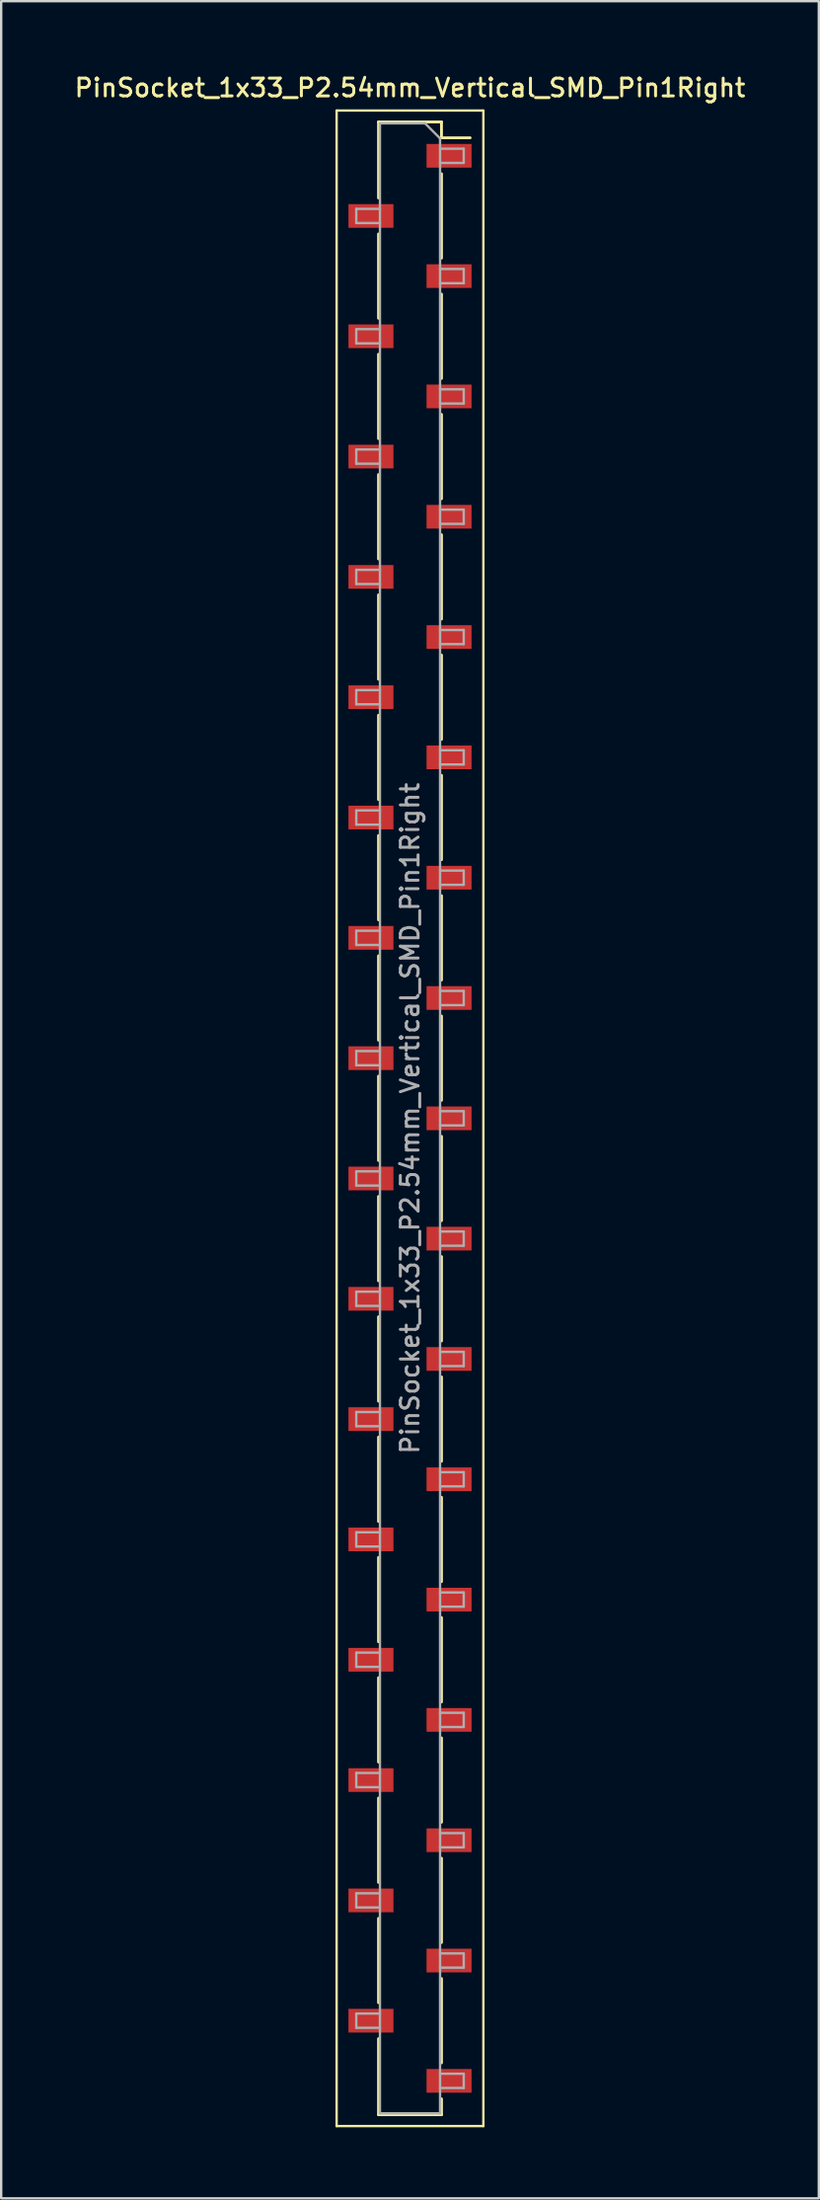
<source format=kicad_pcb>
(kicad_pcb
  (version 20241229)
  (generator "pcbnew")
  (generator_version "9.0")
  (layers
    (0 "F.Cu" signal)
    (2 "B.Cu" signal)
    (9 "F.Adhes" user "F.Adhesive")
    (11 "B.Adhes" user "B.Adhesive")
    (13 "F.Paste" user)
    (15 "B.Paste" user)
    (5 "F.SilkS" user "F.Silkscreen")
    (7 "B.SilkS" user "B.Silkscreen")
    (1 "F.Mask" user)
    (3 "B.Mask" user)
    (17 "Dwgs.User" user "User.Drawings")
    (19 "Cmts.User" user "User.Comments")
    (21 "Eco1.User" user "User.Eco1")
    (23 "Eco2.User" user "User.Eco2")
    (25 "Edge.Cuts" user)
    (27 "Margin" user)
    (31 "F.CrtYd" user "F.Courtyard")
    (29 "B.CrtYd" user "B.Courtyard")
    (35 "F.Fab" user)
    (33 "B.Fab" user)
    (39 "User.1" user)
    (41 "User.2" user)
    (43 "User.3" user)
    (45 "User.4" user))
  (footprint "PinSocket_1x33_P2.54mm_Vertical_SMD_Pin1Right"
    (layer "F.Cu")
    (at 14.273 44.168)
    (property "Reference" "PinSocket_1x33_P2.54mm_Vertical_SMD_Pin1Right" (at 0 -43.51 0) (layer "F.SilkS") (effects (font (size 0.75 0.75) (thickness 0.125))))
    (attr smd)
    (fp_line (start -3.1 -42.55) (end 3.1 -42.55) (stroke (width 0.1) (type solid)) (layer "F.SilkS"))
    (fp_line (start -3.1 42.55) (end -3.1 -42.55) (stroke (width 0.1) (type solid)) (layer "F.SilkS"))
    (fp_line (start -1.33 -42.07) (end -1.33 -38.86) (stroke (width 0.12) (type solid)) (layer "F.SilkS"))
    (fp_line (start -1.33 -42.07) (end 1.33 -42.07) (stroke (width 0.12) (type solid)) (layer "F.SilkS"))
    (fp_line (start -1.33 -37.34) (end -1.33 -33.78) (stroke (width 0.12) (type solid)) (layer "F.SilkS"))
    (fp_line (start -1.33 -32.26) (end -1.33 -28.7) (stroke (width 0.12) (type solid)) (layer "F.SilkS"))
    (fp_line (start -1.33 -27.18) (end -1.33 -23.62) (stroke (width 0.12) (type solid)) (layer "F.SilkS"))
    (fp_line (start -1.33 -22.1) (end -1.33 -18.54) (stroke (width 0.12) (type solid)) (layer "F.SilkS"))
    (fp_line (start -1.33 -17.02) (end -1.33 -13.46) (stroke (width 0.12) (type solid)) (layer "F.SilkS"))
    (fp_line (start -1.33 -11.94) (end -1.33 -8.38) (stroke (width 0.12) (type solid)) (layer "F.SilkS"))
    (fp_line (start -1.33 -6.86) (end -1.33 -3.3) (stroke (width 0.12) (type solid)) (layer "F.SilkS"))
    (fp_line (start -1.33 -1.78) (end -1.33 1.78) (stroke (width 0.12) (type solid)) (layer "F.SilkS"))
    (fp_line (start -1.33 3.3) (end -1.33 6.86) (stroke (width 0.12) (type solid)) (layer "F.SilkS"))
    (fp_line (start -1.33 8.38) (end -1.33 11.94) (stroke (width 0.12) (type solid)) (layer "F.SilkS"))
    (fp_line (start -1.33 13.46) (end -1.33 17.02) (stroke (width 0.12) (type solid)) (layer "F.SilkS"))
    (fp_line (start -1.33 18.54) (end -1.33 22.1) (stroke (width 0.12) (type solid)) (layer "F.SilkS"))
    (fp_line (start -1.33 23.62) (end -1.33 27.18) (stroke (width 0.12) (type solid)) (layer "F.SilkS"))
    (fp_line (start -1.33 28.7) (end -1.33 32.26) (stroke (width 0.12) (type solid)) (layer "F.SilkS"))
    (fp_line (start -1.33 33.78) (end -1.33 37.34) (stroke (width 0.12) (type solid)) (layer "F.SilkS"))
    (fp_line (start -1.33 38.86) (end -1.33 42.07) (stroke (width 0.12) (type solid)) (layer "F.SilkS"))
    (fp_line (start -1.33 42.07) (end 1.33 42.07) (stroke (width 0.12) (type solid)) (layer "F.SilkS"))
    (fp_line (start 1.33 -42.07) (end 1.33 -41.4) (stroke (width 0.12) (type solid)) (layer "F.SilkS"))
    (fp_line (start 1.33 -41.4) (end 2.54 -41.4) (stroke (width 0.12) (type solid)) (layer "F.SilkS"))
    (fp_line (start 1.33 -39.88) (end 1.33 -36.32) (stroke (width 0.12) (type solid)) (layer "F.SilkS"))
    (fp_line (start 1.33 -34.8) (end 1.33 -31.24) (stroke (width 0.12) (type solid)) (layer "F.SilkS"))
    (fp_line (start 1.33 -29.72) (end 1.33 -26.16) (stroke (width 0.12) (type solid)) (layer "F.SilkS"))
    (fp_line (start 1.33 -24.64) (end 1.33 -21.08) (stroke (width 0.12) (type solid)) (layer "F.SilkS"))
    (fp_line (start 1.33 -19.56) (end 1.33 -16) (stroke (width 0.12) (type solid)) (layer "F.SilkS"))
    (fp_line (start 1.33 -14.48) (end 1.33 -10.92) (stroke (width 0.12) (type solid)) (layer "F.SilkS"))
    (fp_line (start 1.33 -9.4) (end 1.33 -5.84) (stroke (width 0.12) (type solid)) (layer "F.SilkS"))
    (fp_line (start 1.33 -4.32) (end 1.33 -0.76) (stroke (width 0.12) (type solid)) (layer "F.SilkS"))
    (fp_line (start 1.33 0.76) (end 1.33 4.32) (stroke (width 0.12) (type solid)) (layer "F.SilkS"))
    (fp_line (start 1.33 5.84) (end 1.33 9.4) (stroke (width 0.12) (type solid)) (layer "F.SilkS"))
    (fp_line (start 1.33 10.92) (end 1.33 14.48) (stroke (width 0.12) (type solid)) (layer "F.SilkS"))
    (fp_line (start 1.33 16) (end 1.33 19.56) (stroke (width 0.12) (type solid)) (layer "F.SilkS"))
    (fp_line (start 1.33 21.08) (end 1.33 24.64) (stroke (width 0.12) (type solid)) (layer "F.SilkS"))
    (fp_line (start 1.33 26.16) (end 1.33 29.72) (stroke (width 0.12) (type solid)) (layer "F.SilkS"))
    (fp_line (start 1.33 31.24) (end 1.33 34.8) (stroke (width 0.12) (type solid)) (layer "F.SilkS"))
    (fp_line (start 1.33 36.32) (end 1.33 39.88) (stroke (width 0.12) (type solid)) (layer "F.SilkS"))
    (fp_line (start 1.33 41.4) (end 1.33 42.07) (stroke (width 0.12) (type solid)) (layer "F.SilkS"))
    (fp_line (start 3.1 -42.55) (end 3.1 42.55) (stroke (width 0.1) (type solid)) (layer "F.SilkS"))
    (fp_line (start 3.1 42.55) (end -3.1 42.55) (stroke (width 0.1) (type solid)) (layer "F.SilkS"))
    (fp_line (start -2.27 -38.4) (end -1.27 -38.4) (stroke (width 0.1) (type solid)) (layer "F.Fab"))
    (fp_line (start -2.27 -37.8) (end -2.27 -38.4) (stroke (width 0.1) (type solid)) (layer "F.Fab"))
    (fp_line (start -2.27 -33.32) (end -1.27 -33.32) (stroke (width 0.1) (type solid)) (layer "F.Fab"))
    (fp_line (start -2.27 -32.72) (end -2.27 -33.32) (stroke (width 0.1) (type solid)) (layer "F.Fab"))
    (fp_line (start -2.27 -28.24) (end -1.27 -28.24) (stroke (width 0.1) (type solid)) (layer "F.Fab"))
    (fp_line (start -2.27 -27.64) (end -2.27 -28.24) (stroke (width 0.1) (type solid)) (layer "F.Fab"))
    (fp_line (start -2.27 -23.16) (end -1.27 -23.16) (stroke (width 0.1) (type solid)) (layer "F.Fab"))
    (fp_line (start -2.27 -22.56) (end -2.27 -23.16) (stroke (width 0.1) (type solid)) (layer "F.Fab"))
    (fp_line (start -2.27 -18.08) (end -1.27 -18.08) (stroke (width 0.1) (type solid)) (layer "F.Fab"))
    (fp_line (start -2.27 -17.48) (end -2.27 -18.08) (stroke (width 0.1) (type solid)) (layer "F.Fab"))
    (fp_line (start -2.27 -13) (end -1.27 -13) (stroke (width 0.1) (type solid)) (layer "F.Fab"))
    (fp_line (start -2.27 -12.4) (end -2.27 -13) (stroke (width 0.1) (type solid)) (layer "F.Fab"))
    (fp_line (start -2.27 -7.92) (end -1.27 -7.92) (stroke (width 0.1) (type solid)) (layer "F.Fab"))
    (fp_line (start -2.27 -7.32) (end -2.27 -7.92) (stroke (width 0.1) (type solid)) (layer "F.Fab"))
    (fp_line (start -2.27 -2.84) (end -1.27 -2.84) (stroke (width 0.1) (type solid)) (layer "F.Fab"))
    (fp_line (start -2.27 -2.24) (end -2.27 -2.84) (stroke (width 0.1) (type solid)) (layer "F.Fab"))
    (fp_line (start -2.27 2.24) (end -1.27 2.24) (stroke (width 0.1) (type solid)) (layer "F.Fab"))
    (fp_line (start -2.27 2.84) (end -2.27 2.24) (stroke (width 0.1) (type solid)) (layer "F.Fab"))
    (fp_line (start -2.27 7.32) (end -1.27 7.32) (stroke (width 0.1) (type solid)) (layer "F.Fab"))
    (fp_line (start -2.27 7.92) (end -2.27 7.32) (stroke (width 0.1) (type solid)) (layer "F.Fab"))
    (fp_line (start -2.27 12.4) (end -1.27 12.4) (stroke (width 0.1) (type solid)) (layer "F.Fab"))
    (fp_line (start -2.27 13) (end -2.27 12.4) (stroke (width 0.1) (type solid)) (layer "F.Fab"))
    (fp_line (start -2.27 17.48) (end -1.27 17.48) (stroke (width 0.1) (type solid)) (layer "F.Fab"))
    (fp_line (start -2.27 18.08) (end -2.27 17.48) (stroke (width 0.1) (type solid)) (layer "F.Fab"))
    (fp_line (start -2.27 22.56) (end -1.27 22.56) (stroke (width 0.1) (type solid)) (layer "F.Fab"))
    (fp_line (start -2.27 23.16) (end -2.27 22.56) (stroke (width 0.1) (type solid)) (layer "F.Fab"))
    (fp_line (start -2.27 27.64) (end -1.27 27.64) (stroke (width 0.1) (type solid)) (layer "F.Fab"))
    (fp_line (start -2.27 28.24) (end -2.27 27.64) (stroke (width 0.1) (type solid)) (layer "F.Fab"))
    (fp_line (start -2.27 32.72) (end -1.27 32.72) (stroke (width 0.1) (type solid)) (layer "F.Fab"))
    (fp_line (start -2.27 33.32) (end -2.27 32.72) (stroke (width 0.1) (type solid)) (layer "F.Fab"))
    (fp_line (start -2.27 37.8) (end -1.27 37.8) (stroke (width 0.1) (type solid)) (layer "F.Fab"))
    (fp_line (start -2.27 38.4) (end -2.27 37.8) (stroke (width 0.1) (type solid)) (layer "F.Fab"))
    (fp_line (start -1.27 -42.01) (end 0.635 -42.01) (stroke (width 0.1) (type solid)) (layer "F.Fab"))
    (fp_line (start -1.27 -37.8) (end -2.27 -37.8) (stroke (width 0.1) (type solid)) (layer "F.Fab"))
    (fp_line (start -1.27 -32.72) (end -2.27 -32.72) (stroke (width 0.1) (type solid)) (layer "F.Fab"))
    (fp_line (start -1.27 -27.64) (end -2.27 -27.64) (stroke (width 0.1) (type solid)) (layer "F.Fab"))
    (fp_line (start -1.27 -22.56) (end -2.27 -22.56) (stroke (width 0.1) (type solid)) (layer "F.Fab"))
    (fp_line (start -1.27 -17.48) (end -2.27 -17.48) (stroke (width 0.1) (type solid)) (layer "F.Fab"))
    (fp_line (start -1.27 -12.4) (end -2.27 -12.4) (stroke (width 0.1) (type solid)) (layer "F.Fab"))
    (fp_line (start -1.27 -7.32) (end -2.27 -7.32) (stroke (width 0.1) (type solid)) (layer "F.Fab"))
    (fp_line (start -1.27 -2.24) (end -2.27 -2.24) (stroke (width 0.1) (type solid)) (layer "F.Fab"))
    (fp_line (start -1.27 2.84) (end -2.27 2.84) (stroke (width 0.1) (type solid)) (layer "F.Fab"))
    (fp_line (start -1.27 7.92) (end -2.27 7.92) (stroke (width 0.1) (type solid)) (layer "F.Fab"))
    (fp_line (start -1.27 13) (end -2.27 13) (stroke (width 0.1) (type solid)) (layer "F.Fab"))
    (fp_line (start -1.27 18.08) (end -2.27 18.08) (stroke (width 0.1) (type solid)) (layer "F.Fab"))
    (fp_line (start -1.27 23.16) (end -2.27 23.16) (stroke (width 0.1) (type solid)) (layer "F.Fab"))
    (fp_line (start -1.27 28.24) (end -2.27 28.24) (stroke (width 0.1) (type solid)) (layer "F.Fab"))
    (fp_line (start -1.27 33.32) (end -2.27 33.32) (stroke (width 0.1) (type solid)) (layer "F.Fab"))
    (fp_line (start -1.27 38.4) (end -2.27 38.4) (stroke (width 0.1) (type solid)) (layer "F.Fab"))
    (fp_line (start -1.27 42.01) (end -1.27 -42.01) (stroke (width 0.1) (type solid)) (layer "F.Fab"))
    (fp_line (start 0.635 -42.01) (end 1.27 -41.375) (stroke (width 0.1) (type solid)) (layer "F.Fab"))
    (fp_line (start 1.27 -41.375) (end 1.27 42.01) (stroke (width 0.1) (type solid)) (layer "F.Fab"))
    (fp_line (start 1.27 -40.94) (end 2.27 -40.94) (stroke (width 0.1) (type solid)) (layer "F.Fab"))
    (fp_line (start 1.27 -35.86) (end 2.27 -35.86) (stroke (width 0.1) (type solid)) (layer "F.Fab"))
    (fp_line (start 1.27 -30.78) (end 2.27 -30.78) (stroke (width 0.1) (type solid)) (layer "F.Fab"))
    (fp_line (start 1.27 -25.7) (end 2.27 -25.7) (stroke (width 0.1) (type solid)) (layer "F.Fab"))
    (fp_line (start 1.27 -20.62) (end 2.27 -20.62) (stroke (width 0.1) (type solid)) (layer "F.Fab"))
    (fp_line (start 1.27 -15.54) (end 2.27 -15.54) (stroke (width 0.1) (type solid)) (layer "F.Fab"))
    (fp_line (start 1.27 -10.46) (end 2.27 -10.46) (stroke (width 0.1) (type solid)) (layer "F.Fab"))
    (fp_line (start 1.27 -5.38) (end 2.27 -5.38) (stroke (width 0.1) (type solid)) (layer "F.Fab"))
    (fp_line (start 1.27 -0.3) (end 2.27 -0.3) (stroke (width 0.1) (type solid)) (layer "F.Fab"))
    (fp_line (start 1.27 4.78) (end 2.27 4.78) (stroke (width 0.1) (type solid)) (layer "F.Fab"))
    (fp_line (start 1.27 9.86) (end 2.27 9.86) (stroke (width 0.1) (type solid)) (layer "F.Fab"))
    (fp_line (start 1.27 14.94) (end 2.27 14.94) (stroke (width 0.1) (type solid)) (layer "F.Fab"))
    (fp_line (start 1.27 20.02) (end 2.27 20.02) (stroke (width 0.1) (type solid)) (layer "F.Fab"))
    (fp_line (start 1.27 25.1) (end 2.27 25.1) (stroke (width 0.1) (type solid)) (layer "F.Fab"))
    (fp_line (start 1.27 30.18) (end 2.27 30.18) (stroke (width 0.1) (type solid)) (layer "F.Fab"))
    (fp_line (start 1.27 35.26) (end 2.27 35.26) (stroke (width 0.1) (type solid)) (layer "F.Fab"))
    (fp_line (start 1.27 40.34) (end 2.27 40.34) (stroke (width 0.1) (type solid)) (layer "F.Fab"))
    (fp_line (start 1.27 42.01) (end -1.27 42.01) (stroke (width 0.1) (type solid)) (layer "F.Fab"))
    (fp_line (start 2.27 -40.94) (end 2.27 -40.34) (stroke (width 0.1) (type solid)) (layer "F.Fab"))
    (fp_line (start 2.27 -40.34) (end 1.27 -40.34) (stroke (width 0.1) (type solid)) (layer "F.Fab"))
    (fp_line (start 2.27 -35.86) (end 2.27 -35.26) (stroke (width 0.1) (type solid)) (layer "F.Fab"))
    (fp_line (start 2.27 -35.26) (end 1.27 -35.26) (stroke (width 0.1) (type solid)) (layer "F.Fab"))
    (fp_line (start 2.27 -30.78) (end 2.27 -30.18) (stroke (width 0.1) (type solid)) (layer "F.Fab"))
    (fp_line (start 2.27 -30.18) (end 1.27 -30.18) (stroke (width 0.1) (type solid)) (layer "F.Fab"))
    (fp_line (start 2.27 -25.7) (end 2.27 -25.1) (stroke (width 0.1) (type solid)) (layer "F.Fab"))
    (fp_line (start 2.27 -25.1) (end 1.27 -25.1) (stroke (width 0.1) (type solid)) (layer "F.Fab"))
    (fp_line (start 2.27 -20.62) (end 2.27 -20.02) (stroke (width 0.1) (type solid)) (layer "F.Fab"))
    (fp_line (start 2.27 -20.02) (end 1.27 -20.02) (stroke (width 0.1) (type solid)) (layer "F.Fab"))
    (fp_line (start 2.27 -15.54) (end 2.27 -14.94) (stroke (width 0.1) (type solid)) (layer "F.Fab"))
    (fp_line (start 2.27 -14.94) (end 1.27 -14.94) (stroke (width 0.1) (type solid)) (layer "F.Fab"))
    (fp_line (start 2.27 -10.46) (end 2.27 -9.86) (stroke (width 0.1) (type solid)) (layer "F.Fab"))
    (fp_line (start 2.27 -9.86) (end 1.27 -9.86) (stroke (width 0.1) (type solid)) (layer "F.Fab"))
    (fp_line (start 2.27 -5.38) (end 2.27 -4.78) (stroke (width 0.1) (type solid)) (layer "F.Fab"))
    (fp_line (start 2.27 -4.78) (end 1.27 -4.78) (stroke (width 0.1) (type solid)) (layer "F.Fab"))
    (fp_line (start 2.27 -0.3) (end 2.27 0.3) (stroke (width 0.1) (type solid)) (layer "F.Fab"))
    (fp_line (start 2.27 0.3) (end 1.27 0.3) (stroke (width 0.1) (type solid)) (layer "F.Fab"))
    (fp_line (start 2.27 4.78) (end 2.27 5.38) (stroke (width 0.1) (type solid)) (layer "F.Fab"))
    (fp_line (start 2.27 5.38) (end 1.27 5.38) (stroke (width 0.1) (type solid)) (layer "F.Fab"))
    (fp_line (start 2.27 9.86) (end 2.27 10.46) (stroke (width 0.1) (type solid)) (layer "F.Fab"))
    (fp_line (start 2.27 10.46) (end 1.27 10.46) (stroke (width 0.1) (type solid)) (layer "F.Fab"))
    (fp_line (start 2.27 14.94) (end 2.27 15.54) (stroke (width 0.1) (type solid)) (layer "F.Fab"))
    (fp_line (start 2.27 15.54) (end 1.27 15.54) (stroke (width 0.1) (type solid)) (layer "F.Fab"))
    (fp_line (start 2.27 20.02) (end 2.27 20.62) (stroke (width 0.1) (type solid)) (layer "F.Fab"))
    (fp_line (start 2.27 20.62) (end 1.27 20.62) (stroke (width 0.1) (type solid)) (layer "F.Fab"))
    (fp_line (start 2.27 25.1) (end 2.27 25.7) (stroke (width 0.1) (type solid)) (layer "F.Fab"))
    (fp_line (start 2.27 25.7) (end 1.27 25.7) (stroke (width 0.1) (type solid)) (layer "F.Fab"))
    (fp_line (start 2.27 30.18) (end 2.27 30.78) (stroke (width 0.1) (type solid)) (layer "F.Fab"))
    (fp_line (start 2.27 30.78) (end 1.27 30.78) (stroke (width 0.1) (type solid)) (layer "F.Fab"))
    (fp_line (start 2.27 35.26) (end 2.27 35.86) (stroke (width 0.1) (type solid)) (layer "F.Fab"))
    (fp_line (start 2.27 35.86) (end 1.27 35.86) (stroke (width 0.1) (type solid)) (layer "F.Fab"))
    (fp_line (start 2.27 40.34) (end 2.27 40.94) (stroke (width 0.1) (type solid)) (layer "F.Fab"))
    (fp_line (start 2.27 40.94) (end 1.27 40.94) (stroke (width 0.1) (type solid)) (layer "F.Fab"))
    (fp_text user "${REFERENCE}" (at 0 0 90) (layer "F.Fab") (effects (font (size 0.75 0.75) (thickness 0.125))))
    (pad "1" smd rect (at 1.65 -40.64) (size 1.9 1) (layers "F.Cu" "F.Mask" "F.Paste"))
    (pad "2" smd rect (at -1.65 -38.1) (size 1.9 1) (layers "F.Cu" "F.Mask" "F.Paste"))
    (pad "3" smd rect (at 1.65 -35.56) (size 1.9 1) (layers "F.Cu" "F.Mask" "F.Paste"))
    (pad "4" smd rect (at -1.65 -33.02) (size 1.9 1) (layers "F.Cu" "F.Mask" "F.Paste"))
    (pad "5" smd rect (at 1.65 -30.48) (size 1.9 1) (layers "F.Cu" "F.Mask" "F.Paste"))
    (pad "6" smd rect (at -1.65 -27.94) (size 1.9 1) (layers "F.Cu" "F.Mask" "F.Paste"))
    (pad "7" smd rect (at 1.65 -25.4) (size 1.9 1) (layers "F.Cu" "F.Mask" "F.Paste"))
    (pad "8" smd rect (at -1.65 -22.86) (size 1.9 1) (layers "F.Cu" "F.Mask" "F.Paste"))
    (pad "9" smd rect (at 1.65 -20.32) (size 1.9 1) (layers "F.Cu" "F.Mask" "F.Paste"))
    (pad "10" smd rect (at -1.65 -17.78) (size 1.9 1) (layers "F.Cu" "F.Mask" "F.Paste"))
    (pad "11" smd rect (at 1.65 -15.24) (size 1.9 1) (layers "F.Cu" "F.Mask" "F.Paste"))
    (pad "12" smd rect (at -1.65 -12.7) (size 1.9 1) (layers "F.Cu" "F.Mask" "F.Paste"))
    (pad "13" smd rect (at 1.65 -10.16) (size 1.9 1) (layers "F.Cu" "F.Mask" "F.Paste"))
    (pad "14" smd rect (at -1.65 -7.62) (size 1.9 1) (layers "F.Cu" "F.Mask" "F.Paste"))
    (pad "15" smd rect (at 1.65 -5.08) (size 1.9 1) (layers "F.Cu" "F.Mask" "F.Paste"))
    (pad "16" smd rect (at -1.65 -2.54) (size 1.9 1) (layers "F.Cu" "F.Mask" "F.Paste"))
    (pad "17" smd rect (at 1.65 0) (size 1.9 1) (layers "F.Cu" "F.Mask" "F.Paste"))
    (pad "18" smd rect (at -1.65 2.54) (size 1.9 1) (layers "F.Cu" "F.Mask" "F.Paste"))
    (pad "19" smd rect (at 1.65 5.08) (size 1.9 1) (layers "F.Cu" "F.Mask" "F.Paste"))
    (pad "20" smd rect (at -1.65 7.62) (size 1.9 1) (layers "F.Cu" "F.Mask" "F.Paste"))
    (pad "21" smd rect (at 1.65 10.16) (size 1.9 1) (layers "F.Cu" "F.Mask" "F.Paste"))
    (pad "22" smd rect (at -1.65 12.7) (size 1.9 1) (layers "F.Cu" "F.Mask" "F.Paste"))
    (pad "23" smd rect (at 1.65 15.24) (size 1.9 1) (layers "F.Cu" "F.Mask" "F.Paste"))
    (pad "24" smd rect (at -1.65 17.78) (size 1.9 1) (layers "F.Cu" "F.Mask" "F.Paste"))
    (pad "25" smd rect (at 1.65 20.32) (size 1.9 1) (layers "F.Cu" "F.Mask" "F.Paste"))
    (pad "26" smd rect (at -1.65 22.86) (size 1.9 1) (layers "F.Cu" "F.Mask" "F.Paste"))
    (pad "27" smd rect (at 1.65 25.4) (size 1.9 1) (layers "F.Cu" "F.Mask" "F.Paste"))
    (pad "28" smd rect (at -1.65 27.94) (size 1.9 1) (layers "F.Cu" "F.Mask" "F.Paste"))
    (pad "29" smd rect (at 1.65 30.48) (size 1.9 1) (layers "F.Cu" "F.Mask" "F.Paste"))
    (pad "30" smd rect (at -1.65 33.02) (size 1.9 1) (layers "F.Cu" "F.Mask" "F.Paste"))
    (pad "31" smd rect (at 1.65 35.56) (size 1.9 1) (layers "F.Cu" "F.Mask" "F.Paste"))
    (pad "32" smd rect (at -1.65 38.1) (size 1.9 1) (layers "F.Cu" "F.Mask" "F.Paste"))
    (pad "33" smd rect (at 1.65 40.64) (size 1.9 1) (layers "F.Cu" "F.Mask" "F.Paste")))
  (gr_rect
    (start -3 -3)
    (end 31.546 89.768)
    (stroke (width 0.1) (type default))
    (fill no)
    (layer "Edge.Cuts")))
</source>
